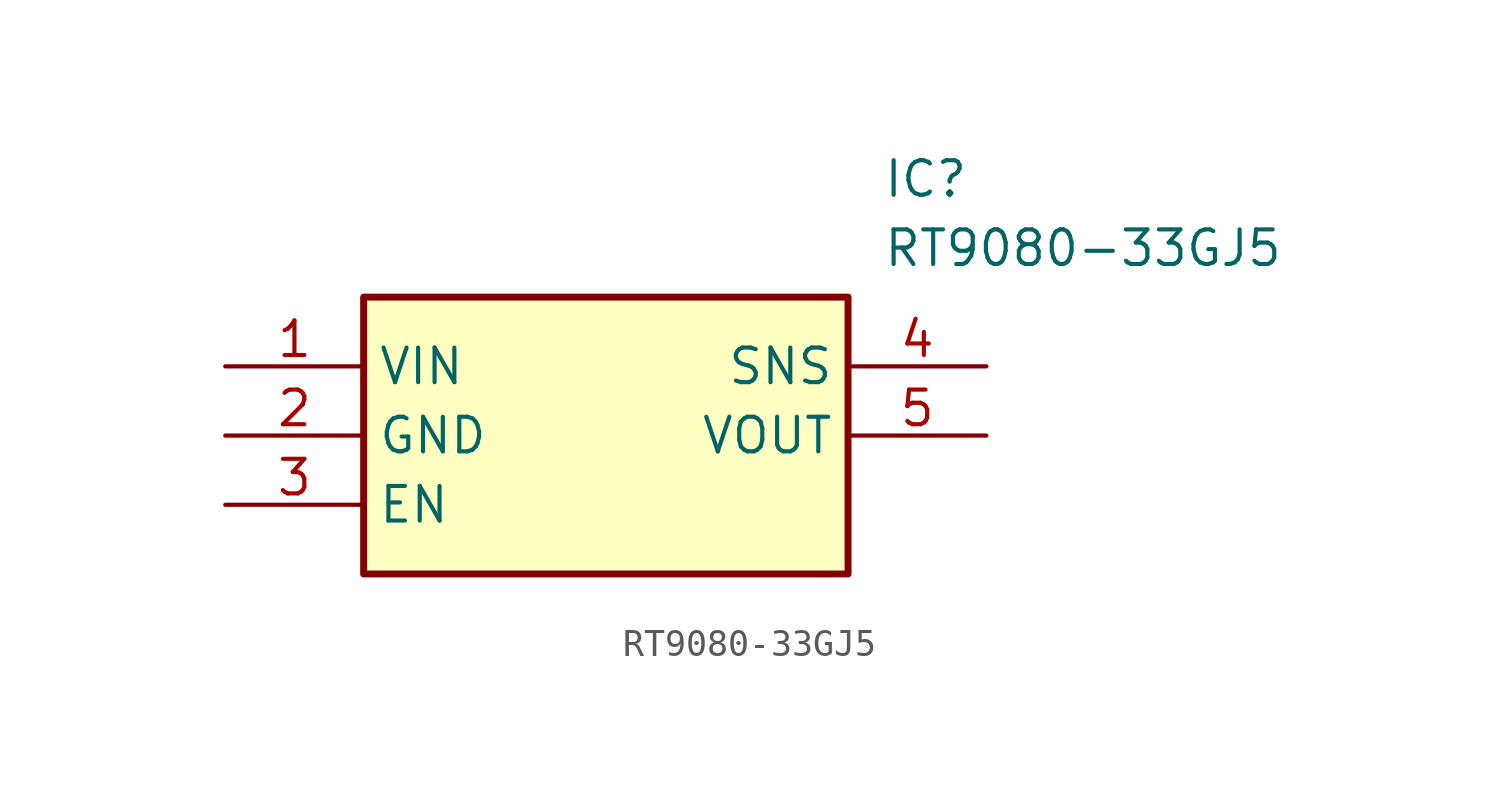
<source format=kicad_sym>
(kicad_symbol_lib
  (version 20211014)
  (generator SamacSys_ECAD_Model)
  (symbol "RT9080-33GJ5"
    (property "Reference" "IC"
      (at 24.13 7.62 0)
      (effects (font (size 1.27 1.27)) (justify left top)))
    (property "Value" "RT9080-33GJ5"
      (at 24.13 5.08 0)
      (effects (font (size 1.27 1.27)) (justify left top)))
    (rectangle
      (start 5.08 2.54)
      (end 22.86 -7.62)
      (stroke (width 0.254) (type default))
      (fill (type background)))
    (pin passive line
      (at 0 0 0)
      (length 5.08)
      (name "VIN" (effects (font (size 1.27 1.27))))
      (number "1" (effects (font (size 1.27 1.27)))))
    (pin passive line
      (at 0 -2.54 0)
      (length 5.08)
      (name "GND" (effects (font (size 1.27 1.27))))
      (number "2" (effects (font (size 1.27 1.27)))))
    (pin passive line
      (at 0 -5.08 0)
      (length 5.08)
      (name "EN" (effects (font (size 1.27 1.27))))
      (number "3" (effects (font (size 1.27 1.27)))))
    (pin passive line
      (at 27.94 0 180)
      (length 5.08)
      (name "SNS" (effects (font (size 1.27 1.27))))
      (number "4" (effects (font (size 1.27 1.27)))))
    (pin passive line
      (at 27.94 -2.54 180)
      (length 5.08)
      (name "VOUT" (effects (font (size 1.27 1.27))))
      (number "5" (effects (font (size 1.27 1.27)))))))
</source>
